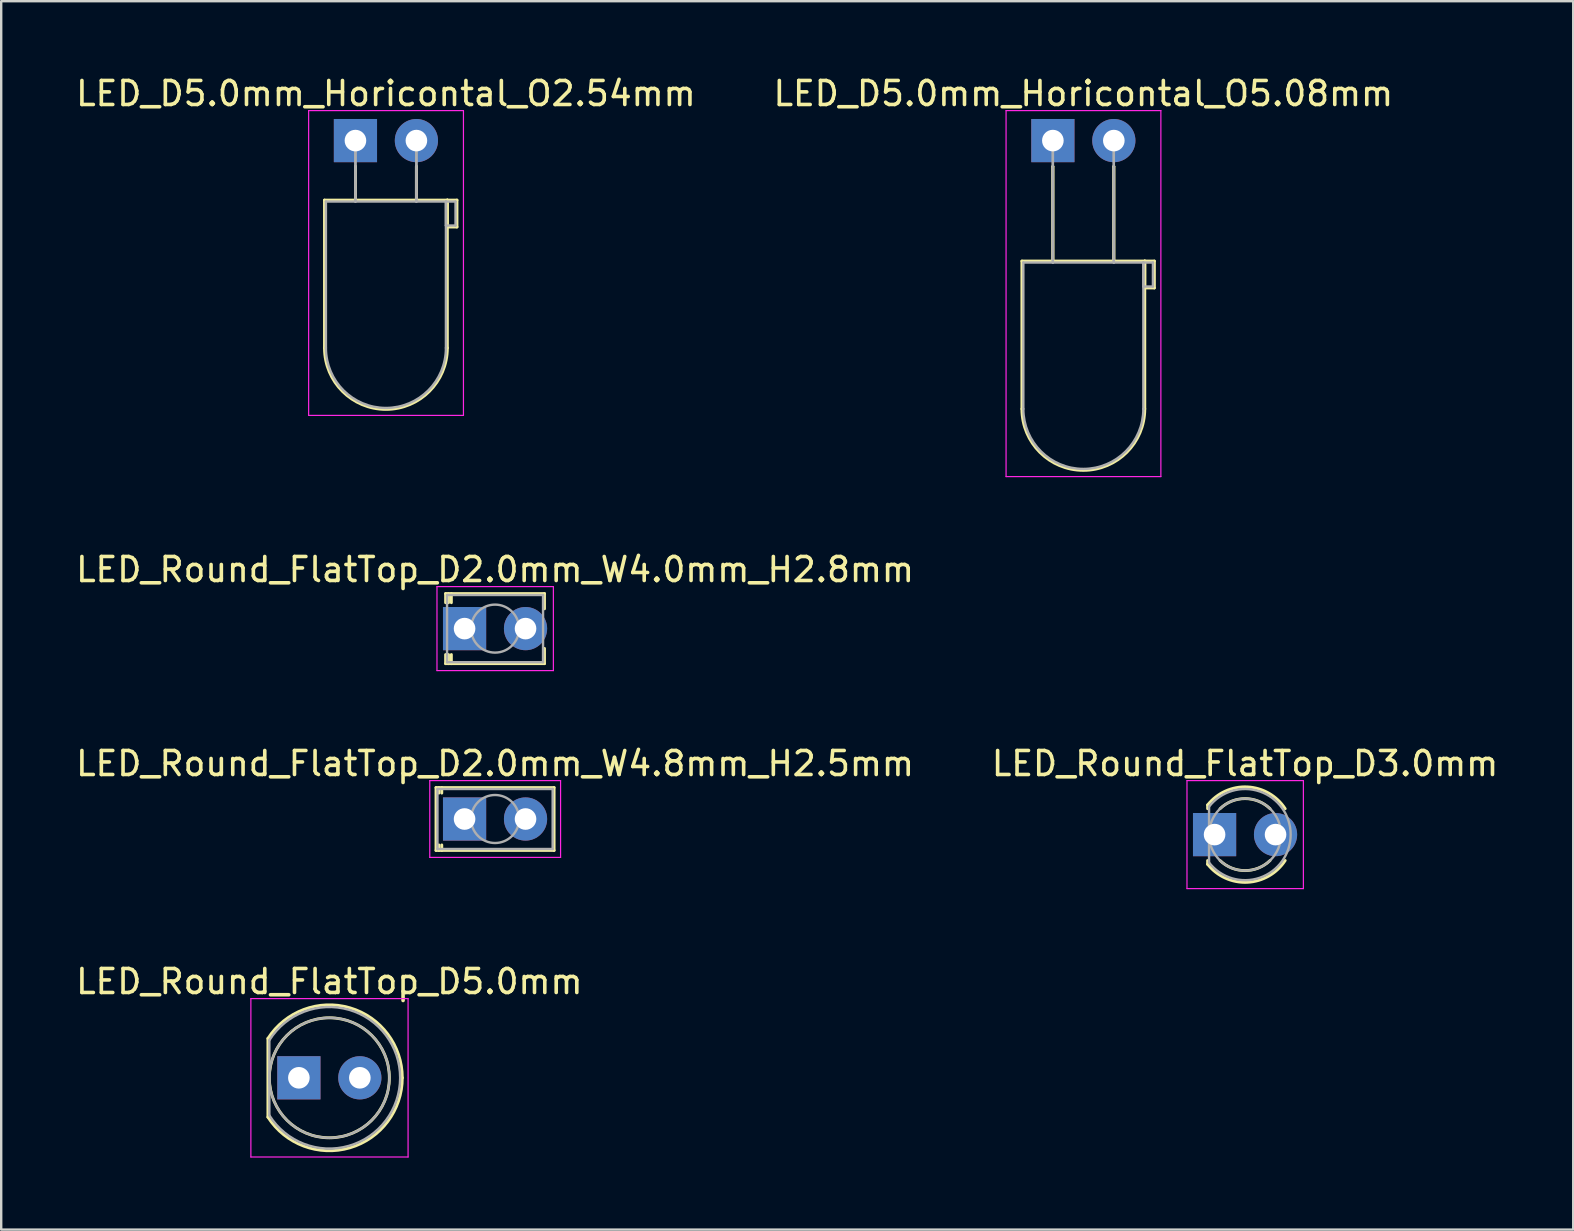
<source format=kicad_pcb>
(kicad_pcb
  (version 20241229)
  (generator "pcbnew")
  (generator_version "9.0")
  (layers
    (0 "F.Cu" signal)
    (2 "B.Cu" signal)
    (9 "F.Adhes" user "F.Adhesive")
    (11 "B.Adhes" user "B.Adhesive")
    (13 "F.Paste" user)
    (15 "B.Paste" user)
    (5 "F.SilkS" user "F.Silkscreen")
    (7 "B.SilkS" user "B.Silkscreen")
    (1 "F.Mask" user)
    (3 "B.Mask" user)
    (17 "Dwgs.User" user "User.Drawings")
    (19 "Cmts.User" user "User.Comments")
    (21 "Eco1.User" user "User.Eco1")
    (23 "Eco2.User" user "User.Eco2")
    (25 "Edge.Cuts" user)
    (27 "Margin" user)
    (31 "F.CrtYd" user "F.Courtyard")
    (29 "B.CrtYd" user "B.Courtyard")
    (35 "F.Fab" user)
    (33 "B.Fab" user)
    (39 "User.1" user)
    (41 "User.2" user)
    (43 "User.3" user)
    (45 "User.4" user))
  (footprint "LED_Round_FlatTop_D5.0mm"
    (layer "F.Cu")
    (at 9.403 41.858)
    (property "Reference" "LED_Round_FlatTop_D5.0mm" (at 1.27 -4.01 0) (layer "F.SilkS") (effects (font (size 1 1) (thickness 0.15))))
    (attr through_hole)
    (fp_line (start -1.29 -1.64) (end -1.29 1.64) (stroke (width 0.12) (type solid)) (layer "F.SilkS"))
    (fp_arc (start -1.29 -1.639512) (mid 2.125106 -2.917258) (end 4.309999 0.001958) (stroke (width 0.12) (type solid)) (layer "F.SilkS"))
    (fp_arc (start 4.309999 -0.001958) (mid 2.125106 2.917258) (end -1.29 1.639512) (stroke (width 0.12) (type solid)) (layer "F.SilkS"))
    (fp_circle (center 1.27 0) (end 3.77 0) (stroke (width 0.12) (type solid)) (fill no) (layer "F.SilkS"))
    (fp_line (start -2 -3.3) (end -2 3.3) (stroke (width 0.05) (type solid)) (layer "F.CrtYd"))
    (fp_line (start -2 3.3) (end 4.55 3.3) (stroke (width 0.05) (type solid)) (layer "F.CrtYd"))
    (fp_line (start 4.55 -3.3) (end -2 -3.3) (stroke (width 0.05) (type solid)) (layer "F.CrtYd"))
    (fp_line (start 4.55 3.3) (end 4.55 -3.3) (stroke (width 0.05) (type solid)) (layer "F.CrtYd"))
    (fp_line (start -1.23 -1.566) (end -1.23 1.566) (stroke (width 0.1) (type solid)) (layer "F.Fab"))
    (fp_arc (start -1.23 -1.566046) (mid 4.22 0.00071) (end -1.230753 1.564843) (stroke (width 0.1) (type solid)) (layer "F.Fab"))
    (fp_circle (center 1.27 0) (end 3.77 0) (stroke (width 0.1) (type solid)) (fill no) (layer "F.Fab"))
    (pad "1" thru_hole rect (at 0 0) (size 1.8 1.8) (drill 0.9) (layers "*.Cu" "*.Mask"))
    (pad "2" thru_hole circle (at 2.54 0) (size 1.8 1.8) (drill 0.9) (layers "*.Cu" "*.Mask")))
  (footprint "LED_D5.0mm_Horicontal_O5.08mm"
    (layer "F.Cu")
    (at 40.819 2.808)
    (property "Reference" "LED_D5.0mm_Horicontal_O5.08mm" (at 1.27 -1.96 0) (layer "F.SilkS") (effects (font (size 1 1) (thickness 0.15))))
    (attr through_hole)
    (fp_line (start -1.29 5.02) (end -1.29 11.18) (stroke (width 0.12) (type solid)) (layer "F.SilkS"))
    (fp_line (start -1.29 5.02) (end 3.83 5.02) (stroke (width 0.12) (type solid)) (layer "F.SilkS"))
    (fp_line (start 0 1.08) (end 0 1.08) (stroke (width 0.12) (type solid)) (layer "F.SilkS"))
    (fp_line (start 0 1.08) (end 0 5.02) (stroke (width 0.12) (type solid)) (layer "F.SilkS"))
    (fp_line (start 0 5.02) (end 0 1.08) (stroke (width 0.12) (type solid)) (layer "F.SilkS"))
    (fp_line (start 0 5.02) (end 0 5.02) (stroke (width 0.12) (type solid)) (layer "F.SilkS"))
    (fp_line (start 2.54 1.08) (end 2.54 1.08) (stroke (width 0.12) (type solid)) (layer "F.SilkS"))
    (fp_line (start 2.54 1.08) (end 2.54 5.02) (stroke (width 0.12) (type solid)) (layer "F.SilkS"))
    (fp_line (start 2.54 5.02) (end 2.54 1.08) (stroke (width 0.12) (type solid)) (layer "F.SilkS"))
    (fp_line (start 2.54 5.02) (end 2.54 5.02) (stroke (width 0.12) (type solid)) (layer "F.SilkS"))
    (fp_line (start 3.83 5.02) (end 3.83 11.18) (stroke (width 0.12) (type solid)) (layer "F.SilkS"))
    (fp_line (start 3.83 5.02) (end 4.23 5.02) (stroke (width 0.12) (type solid)) (layer "F.SilkS"))
    (fp_line (start 3.83 6.14) (end 3.83 5.02) (stroke (width 0.12) (type solid)) (layer "F.SilkS"))
    (fp_line (start 4.23 5.02) (end 4.23 6.14) (stroke (width 0.12) (type solid)) (layer "F.SilkS"))
    (fp_line (start 4.23 6.14) (end 3.83 6.14) (stroke (width 0.12) (type solid)) (layer "F.SilkS"))
    (fp_arc (start 3.83 11.18) (mid 1.27 13.74) (end -1.29 11.18) (stroke (width 0.12) (type solid)) (layer "F.SilkS"))
    (fp_line (start -1.95 -1.25) (end -1.95 14) (stroke (width 0.05) (type solid)) (layer "F.CrtYd"))
    (fp_line (start -1.95 14) (end 4.5 14) (stroke (width 0.05) (type solid)) (layer "F.CrtYd"))
    (fp_line (start 4.5 -1.25) (end -1.95 -1.25) (stroke (width 0.05) (type solid)) (layer "F.CrtYd"))
    (fp_line (start 4.5 14) (end 4.5 -1.25) (stroke (width 0.05) (type solid)) (layer "F.CrtYd"))
    (fp_line (start -1.23 5.08) (end -1.23 11.18) (stroke (width 0.1) (type solid)) (layer "F.Fab"))
    (fp_line (start -1.23 5.08) (end 3.77 5.08) (stroke (width 0.1) (type solid)) (layer "F.Fab"))
    (fp_line (start 0 0) (end 0 0) (stroke (width 0.1) (type solid)) (layer "F.Fab"))
    (fp_line (start 0 0) (end 0 5.08) (stroke (width 0.1) (type solid)) (layer "F.Fab"))
    (fp_line (start 0 5.08) (end 0 0) (stroke (width 0.1) (type solid)) (layer "F.Fab"))
    (fp_line (start 0 5.08) (end 0 5.08) (stroke (width 0.1) (type solid)) (layer "F.Fab"))
    (fp_line (start 2.54 0) (end 2.54 0) (stroke (width 0.1) (type solid)) (layer "F.Fab"))
    (fp_line (start 2.54 0) (end 2.54 5.08) (stroke (width 0.1) (type solid)) (layer "F.Fab"))
    (fp_line (start 2.54 5.08) (end 2.54 0) (stroke (width 0.1) (type solid)) (layer "F.Fab"))
    (fp_line (start 2.54 5.08) (end 2.54 5.08) (stroke (width 0.1) (type solid)) (layer "F.Fab"))
    (fp_line (start 3.77 5.08) (end 3.77 11.18) (stroke (width 0.1) (type solid)) (layer "F.Fab"))
    (fp_line (start 3.77 5.08) (end 4.17 5.08) (stroke (width 0.1) (type solid)) (layer "F.Fab"))
    (fp_line (start 3.77 6.08) (end 3.77 5.08) (stroke (width 0.1) (type solid)) (layer "F.Fab"))
    (fp_line (start 4.17 5.08) (end 4.17 6.08) (stroke (width 0.1) (type solid)) (layer "F.Fab"))
    (fp_line (start 4.17 6.08) (end 3.77 6.08) (stroke (width 0.1) (type solid)) (layer "F.Fab"))
    (fp_arc (start 3.77 11.18) (mid 1.27 13.68) (end -1.23 11.18) (stroke (width 0.1) (type solid)) (layer "F.Fab"))
    (pad "1" thru_hole rect (at 0 0) (size 1.8 1.8) (drill 0.9) (layers "*.Cu" "*.Mask"))
    (pad "2" thru_hole circle (at 2.54 0) (size 1.8 1.8) (drill 0.9) (layers "*.Cu" "*.Mask")))
  (footprint "LED_Round_FlatTop_D2.0mm_W4.8mm_H2.5mm"
    (layer "F.Cu")
    (at 16.307 31.075)
    (property "Reference" "LED_Round_FlatTop_D2.0mm_W4.8mm_H2.5mm" (at 1.27 -2.31 0) (layer "F.SilkS") (effects (font (size 1 1) (thickness 0.15))))
    (attr through_hole)
    (fp_line (start -1.19 -1.31) (end -1.19 1.31) (stroke (width 0.12) (type solid)) (layer "F.SilkS"))
    (fp_line (start -1.19 -1.31) (end 3.73 -1.31) (stroke (width 0.12) (type solid)) (layer "F.SilkS"))
    (fp_line (start -1.19 1.31) (end 3.73 1.31) (stroke (width 0.12) (type solid)) (layer "F.SilkS"))
    (fp_line (start -1.07 -1.31) (end -1.07 -1.08) (stroke (width 0.12) (type solid)) (layer "F.SilkS"))
    (fp_line (start -1.07 1.08) (end -1.07 1.31) (stroke (width 0.12) (type solid)) (layer "F.SilkS"))
    (fp_line (start -0.95 -1.31) (end -0.95 -1.08) (stroke (width 0.12) (type solid)) (layer "F.SilkS"))
    (fp_line (start -0.95 1.08) (end -0.95 1.31) (stroke (width 0.12) (type solid)) (layer "F.SilkS"))
    (fp_line (start 3.73 -1.31) (end 3.73 1.31) (stroke (width 0.12) (type solid)) (layer "F.SilkS"))
    (fp_line (start -1.45 -1.6) (end -1.45 1.6) (stroke (width 0.05) (type solid)) (layer "F.CrtYd"))
    (fp_line (start -1.45 1.6) (end 4 1.6) (stroke (width 0.05) (type solid)) (layer "F.CrtYd"))
    (fp_line (start 4 -1.6) (end -1.45 -1.6) (stroke (width 0.05) (type solid)) (layer "F.CrtYd"))
    (fp_line (start 4 1.6) (end 4 -1.6) (stroke (width 0.05) (type solid)) (layer "F.CrtYd"))
    (fp_line (start -1.13 -1.25) (end -1.13 1.25) (stroke (width 0.1) (type solid)) (layer "F.Fab"))
    (fp_line (start -1.13 1.25) (end 3.67 1.25) (stroke (width 0.1) (type solid)) (layer "F.Fab"))
    (fp_line (start 3.67 -1.25) (end -1.13 -1.25) (stroke (width 0.1) (type solid)) (layer "F.Fab"))
    (fp_line (start 3.67 1.25) (end 3.67 -1.25) (stroke (width 0.1) (type solid)) (layer "F.Fab"))
    (fp_circle (center 1.27 0) (end 2.27 0) (stroke (width 0.1) (type solid)) (fill no) (layer "F.Fab"))
    (pad "1" thru_hole rect (at 0 0) (size 1.8 1.8) (drill 0.9) (layers "*.Cu" "*.Mask"))
    (pad "2" thru_hole circle (at 2.54 0) (size 1.8 1.8) (drill 0.9) (layers "*.Cu" "*.Mask")))
  (footprint "LED_Round_FlatTop_D2.0mm_W4.0mm_H2.8mm"
    (layer "F.Cu")
    (at 16.307 23.142)
    (property "Reference" "LED_Round_FlatTop_D2.0mm_W4.0mm_H2.8mm" (at 1.27 -2.46 0) (layer "F.SilkS") (effects (font (size 1 1) (thickness 0.15))))
    (attr through_hole)
    (fp_line (start -0.79 -1.46) (end -0.79 -1.08) (stroke (width 0.12) (type solid)) (layer "F.SilkS"))
    (fp_line (start -0.79 -1.46) (end 3.33 -1.46) (stroke (width 0.12) (type solid)) (layer "F.SilkS"))
    (fp_line (start -0.79 1.08) (end -0.79 1.46) (stroke (width 0.12) (type solid)) (layer "F.SilkS"))
    (fp_line (start -0.79 1.46) (end 3.33 1.46) (stroke (width 0.12) (type solid)) (layer "F.SilkS"))
    (fp_line (start -0.67 -1.46) (end -0.67 -1.08) (stroke (width 0.12) (type solid)) (layer "F.SilkS"))
    (fp_line (start -0.67 1.08) (end -0.67 1.46) (stroke (width 0.12) (type solid)) (layer "F.SilkS"))
    (fp_line (start -0.55 -1.46) (end -0.55 -1.08) (stroke (width 0.12) (type solid)) (layer "F.SilkS"))
    (fp_line (start -0.55 1.08) (end -0.55 1.46) (stroke (width 0.12) (type solid)) (layer "F.SilkS"))
    (fp_line (start 3.33 -1.46) (end 3.33 -0.825) (stroke (width 0.12) (type solid)) (layer "F.SilkS"))
    (fp_line (start 3.33 0.825) (end 3.33 1.46) (stroke (width 0.12) (type solid)) (layer "F.SilkS"))
    (fp_line (start -1.15 -1.75) (end -1.15 1.75) (stroke (width 0.05) (type solid)) (layer "F.CrtYd"))
    (fp_line (start -1.15 1.75) (end 3.7 1.75) (stroke (width 0.05) (type solid)) (layer "F.CrtYd"))
    (fp_line (start 3.7 -1.75) (end -1.15 -1.75) (stroke (width 0.05) (type solid)) (layer "F.CrtYd"))
    (fp_line (start 3.7 1.75) (end 3.7 -1.75) (stroke (width 0.05) (type solid)) (layer "F.CrtYd"))
    (fp_line (start -0.73 -1.4) (end -0.73 1.4) (stroke (width 0.1) (type solid)) (layer "F.Fab"))
    (fp_line (start -0.73 1.4) (end 3.27 1.4) (stroke (width 0.1) (type solid)) (layer "F.Fab"))
    (fp_line (start 3.27 -1.4) (end -0.73 -1.4) (stroke (width 0.1) (type solid)) (layer "F.Fab"))
    (fp_line (start 3.27 1.4) (end 3.27 -1.4) (stroke (width 0.1) (type solid)) (layer "F.Fab"))
    (fp_circle (center 1.27 0) (end 2.27 0) (stroke (width 0.1) (type solid)) (fill no) (layer "F.Fab"))
    (pad "1" thru_hole rect (at 0 0) (size 1.8 1.8) (drill 0.9) (layers "*.Cu" "*.Mask"))
    (pad "2" thru_hole circle (at 2.54 0) (size 1.8 1.8) (drill 0.9) (layers "*.Cu" "*.Mask")))
  (footprint "LED_Round_FlatTop_D3.0mm"
    (layer "F.Cu")
    (at 47.557 31.725)
    (property "Reference" "LED_Round_FlatTop_D3.0mm" (at 1.27 -2.96 0) (layer "F.SilkS") (effects (font (size 1 1) (thickness 0.15))))
    (attr through_hole)
    (fp_line (start -0.29 -1.236) (end -0.29 -1.08) (stroke (width 0.12) (type solid)) (layer "F.SilkS"))
    (fp_line (start -0.29 1.08) (end -0.29 1.236) (stroke (width 0.12) (type solid)) (layer "F.SilkS"))
    (fp_arc (start -0.29 -1.235516) (mid 1.366487 -1.987659) (end 2.942335 -1.078608) (stroke (width 0.12) (type solid)) (layer "F.SilkS"))
    (fp_arc (start 0.229039 -1.08) (mid 1.270117 -1.5) (end 2.31113 -1.079837) (stroke (width 0.12) (type solid)) (layer "F.SilkS"))
    (fp_arc (start 2.31113 1.079837) (mid 1.270117 1.5) (end 0.229039 1.08) (stroke (width 0.12) (type solid)) (layer "F.SilkS"))
    (fp_arc (start 2.942335 1.078608) (mid 1.366487 1.987659) (end -0.29 1.235516) (stroke (width 0.12) (type solid)) (layer "F.SilkS"))
    (fp_line (start -1.15 -2.25) (end -1.15 2.25) (stroke (width 0.05) (type solid)) (layer "F.CrtYd"))
    (fp_line (start -1.15 2.25) (end 3.7 2.25) (stroke (width 0.05) (type solid)) (layer "F.CrtYd"))
    (fp_line (start 3.7 -2.25) (end -1.15 -2.25) (stroke (width 0.05) (type solid)) (layer "F.CrtYd"))
    (fp_line (start 3.7 2.25) (end 3.7 -2.25) (stroke (width 0.05) (type solid)) (layer "F.CrtYd"))
    (fp_line (start -0.23 -1.166) (end -0.23 1.166) (stroke (width 0.1) (type solid)) (layer "F.Fab"))
    (fp_arc (start -0.23 -1.16619) (mid 3.17 0.000452) (end -0.230555 1.165476) (stroke (width 0.1) (type solid)) (layer "F.Fab"))
    (fp_circle (center 1.27 0) (end 2.77 0) (stroke (width 0.1) (type solid)) (fill no) (layer "F.Fab"))
    (pad "1" thru_hole rect (at 0 0) (size 1.8 1.8) (drill 0.9) (layers "*.Cu" "*.Mask"))
    (pad "2" thru_hole circle (at 2.54 0) (size 1.8 1.8) (drill 0.9) (layers "*.Cu" "*.Mask")))
  (footprint "LED_D5.0mm_Horicontal_O2.54mm"
    (layer "F.Cu")
    (at 11.76 2.808)
    (property "Reference" "LED_D5.0mm_Horicontal_O2.54mm" (at 1.27 -1.96 0) (layer "F.SilkS") (effects (font (size 1 1) (thickness 0.15))))
    (attr through_hole)
    (fp_line (start -1.29 2.48) (end -1.29 8.64) (stroke (width 0.12) (type solid)) (layer "F.SilkS"))
    (fp_line (start -1.29 2.48) (end 3.83 2.48) (stroke (width 0.12) (type solid)) (layer "F.SilkS"))
    (fp_line (start 0 1.08) (end 0 1.08) (stroke (width 0.12) (type solid)) (layer "F.SilkS"))
    (fp_line (start 0 1.08) (end 0 2.48) (stroke (width 0.12) (type solid)) (layer "F.SilkS"))
    (fp_line (start 0 2.48) (end 0 1.08) (stroke (width 0.12) (type solid)) (layer "F.SilkS"))
    (fp_line (start 0 2.48) (end 0 2.48) (stroke (width 0.12) (type solid)) (layer "F.SilkS"))
    (fp_line (start 2.54 1.08) (end 2.54 1.08) (stroke (width 0.12) (type solid)) (layer "F.SilkS"))
    (fp_line (start 2.54 1.08) (end 2.54 2.48) (stroke (width 0.12) (type solid)) (layer "F.SilkS"))
    (fp_line (start 2.54 2.48) (end 2.54 1.08) (stroke (width 0.12) (type solid)) (layer "F.SilkS"))
    (fp_line (start 2.54 2.48) (end 2.54 2.48) (stroke (width 0.12) (type solid)) (layer "F.SilkS"))
    (fp_line (start 3.83 2.48) (end 3.83 8.64) (stroke (width 0.12) (type solid)) (layer "F.SilkS"))
    (fp_line (start 3.83 2.48) (end 4.23 2.48) (stroke (width 0.12) (type solid)) (layer "F.SilkS"))
    (fp_line (start 3.83 3.6) (end 3.83 2.48) (stroke (width 0.12) (type solid)) (layer "F.SilkS"))
    (fp_line (start 4.23 2.48) (end 4.23 3.6) (stroke (width 0.12) (type solid)) (layer "F.SilkS"))
    (fp_line (start 4.23 3.6) (end 3.83 3.6) (stroke (width 0.12) (type solid)) (layer "F.SilkS"))
    (fp_arc (start 3.83 8.64) (mid 1.27 11.2) (end -1.29 8.64) (stroke (width 0.12) (type solid)) (layer "F.SilkS"))
    (fp_line (start -1.95 -1.25) (end -1.95 11.45) (stroke (width 0.05) (type solid)) (layer "F.CrtYd"))
    (fp_line (start -1.95 11.45) (end 4.5 11.45) (stroke (width 0.05) (type solid)) (layer "F.CrtYd"))
    (fp_line (start 4.5 -1.25) (end -1.95 -1.25) (stroke (width 0.05) (type solid)) (layer "F.CrtYd"))
    (fp_line (start 4.5 11.45) (end 4.5 -1.25) (stroke (width 0.05) (type solid)) (layer "F.CrtYd"))
    (fp_line (start -1.23 2.54) (end -1.23 8.64) (stroke (width 0.1) (type solid)) (layer "F.Fab"))
    (fp_line (start -1.23 2.54) (end 3.77 2.54) (stroke (width 0.1) (type solid)) (layer "F.Fab"))
    (fp_line (start 0 0) (end 0 0) (stroke (width 0.1) (type solid)) (layer "F.Fab"))
    (fp_line (start 0 0) (end 0 2.54) (stroke (width 0.1) (type solid)) (layer "F.Fab"))
    (fp_line (start 0 2.54) (end 0 0) (stroke (width 0.1) (type solid)) (layer "F.Fab"))
    (fp_line (start 0 2.54) (end 0 2.54) (stroke (width 0.1) (type solid)) (layer "F.Fab"))
    (fp_line (start 2.54 0) (end 2.54 0) (stroke (width 0.1) (type solid)) (layer "F.Fab"))
    (fp_line (start 2.54 0) (end 2.54 2.54) (stroke (width 0.1) (type solid)) (layer "F.Fab"))
    (fp_line (start 2.54 2.54) (end 2.54 0) (stroke (width 0.1) (type solid)) (layer "F.Fab"))
    (fp_line (start 2.54 2.54) (end 2.54 2.54) (stroke (width 0.1) (type solid)) (layer "F.Fab"))
    (fp_line (start 3.77 2.54) (end 3.77 8.64) (stroke (width 0.1) (type solid)) (layer "F.Fab"))
    (fp_line (start 3.77 2.54) (end 4.17 2.54) (stroke (width 0.1) (type solid)) (layer "F.Fab"))
    (fp_line (start 3.77 3.54) (end 3.77 2.54) (stroke (width 0.1) (type solid)) (layer "F.Fab"))
    (fp_line (start 4.17 2.54) (end 4.17 3.54) (stroke (width 0.1) (type solid)) (layer "F.Fab"))
    (fp_line (start 4.17 3.54) (end 3.77 3.54) (stroke (width 0.1) (type solid)) (layer "F.Fab"))
    (fp_arc (start 3.77 8.64) (mid 1.27 11.14) (end -1.23 8.64) (stroke (width 0.1) (type solid)) (layer "F.Fab"))
    (pad "1" thru_hole rect (at 0 0) (size 1.8 1.8) (drill 0.9) (layers "*.Cu" "*.Mask"))
    (pad "2" thru_hole circle (at 2.54 0) (size 1.8 1.8) (drill 0.9) (layers "*.Cu" "*.Mask")))
  (gr_rect
    (start -3 -3)
    (end 62.5 48.183)
    (stroke (width 0.1) (type default))
    (fill no)
    (layer "Edge.Cuts")))
</source>
